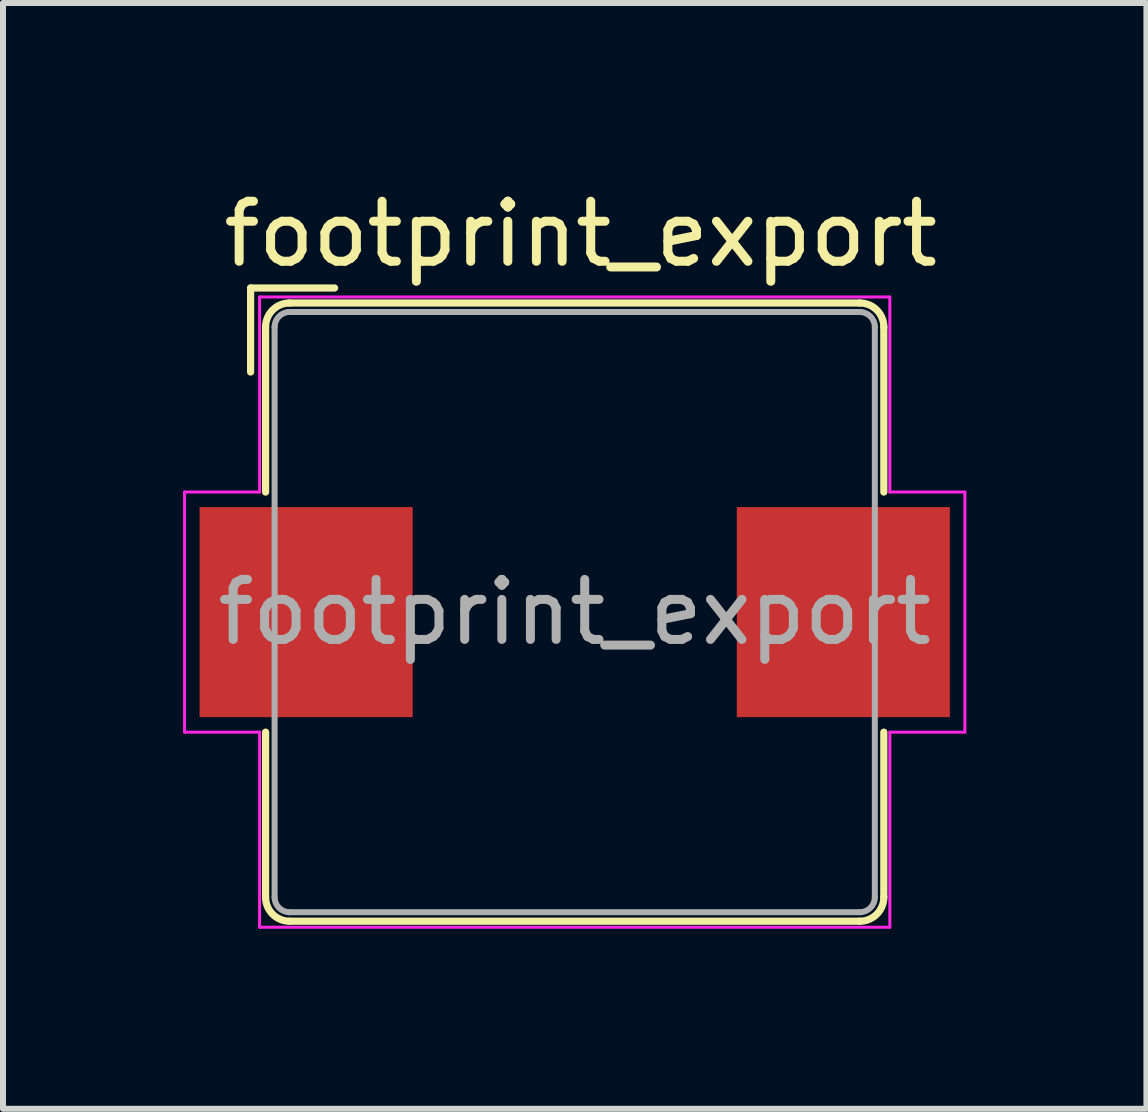
<source format=kicad_pcb>
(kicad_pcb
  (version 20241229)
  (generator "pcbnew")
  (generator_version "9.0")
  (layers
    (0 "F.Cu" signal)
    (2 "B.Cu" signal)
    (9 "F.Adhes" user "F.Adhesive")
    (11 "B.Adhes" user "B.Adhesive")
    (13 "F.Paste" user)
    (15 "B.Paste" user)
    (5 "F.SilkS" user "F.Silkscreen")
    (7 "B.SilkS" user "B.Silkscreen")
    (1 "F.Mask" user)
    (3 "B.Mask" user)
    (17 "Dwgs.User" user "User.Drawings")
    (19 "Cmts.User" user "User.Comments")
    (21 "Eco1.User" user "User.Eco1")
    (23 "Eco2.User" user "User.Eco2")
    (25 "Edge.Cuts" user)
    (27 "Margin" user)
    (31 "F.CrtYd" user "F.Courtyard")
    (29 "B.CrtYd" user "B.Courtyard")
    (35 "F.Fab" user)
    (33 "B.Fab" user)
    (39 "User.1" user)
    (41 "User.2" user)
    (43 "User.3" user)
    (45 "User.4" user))
  (footprint "footprint_export"
    (layer "F.Cu")
    (at 6.525 7.148)
    (property "Reference" "footprint_export" (at 0.1 -6.3 0) (layer "F.SilkS") (effects (font (size 1 1) (thickness 0.15))))
    (attr smd)
    (fp_line (start -5.4 -5.4) (end -5.4 -4) (stroke (width 0.12) (type solid)) (layer "F.SilkS"))
    (fp_line (start -5.4 -5.4) (end -4 -5.4) (stroke (width 0.12) (type solid)) (layer "F.SilkS"))
    (fp_line (start -5.15 -4.75) (end -5.15 -2) (stroke (width 0.12) (type solid)) (layer "F.SilkS"))
    (fp_line (start -5.15 2) (end -5.15 4.75) (stroke (width 0.12) (type solid)) (layer "F.SilkS"))
    (fp_line (start -4.75 -5.15) (end 4.75 -5.15) (stroke (width 0.12) (type solid)) (layer "F.SilkS"))
    (fp_line (start 4.75 5.15) (end -4.75 5.15) (stroke (width 0.12) (type solid)) (layer "F.SilkS"))
    (fp_line (start 5.15 -4.75) (end 5.15 -2) (stroke (width 0.12) (type solid)) (layer "F.SilkS"))
    (fp_line (start 5.15 2) (end 5.15 4.75) (stroke (width 0.12) (type solid)) (layer "F.SilkS"))
    (fp_arc (start -5.15 -4.75) (mid -5.032843 -5.032843) (end -4.75 -5.15) (stroke (width 0.12) (type solid)) (layer "F.SilkS"))
    (fp_arc (start -4.75 5.15) (mid -5.032843 5.032843) (end -5.15 4.75) (stroke (width 0.12) (type solid)) (layer "F.SilkS"))
    (fp_arc (start 4.75 -5.15) (mid 5.032843 -5.032843) (end 5.15 -4.75) (stroke (width 0.12) (type solid)) (layer "F.SilkS"))
    (fp_arc (start 5.15 4.75) (mid 5.032843 5.032843) (end 4.75 5.15) (stroke (width 0.12) (type solid)) (layer "F.SilkS"))
    (fp_line (start -6.5 -2) (end -6.5 2) (stroke (width 0.05) (type solid)) (layer "F.CrtYd"))
    (fp_line (start -6.5 -2) (end -5.25 -2) (stroke (width 0.05) (type solid)) (layer "F.CrtYd"))
    (fp_line (start -5.25 -5.25) (end -5.25 -2) (stroke (width 0.05) (type solid)) (layer "F.CrtYd"))
    (fp_line (start -5.25 -5.25) (end 5.25 -5.25) (stroke (width 0.05) (type solid)) (layer "F.CrtYd"))
    (fp_line (start -5.25 2) (end -6.5 2) (stroke (width 0.05) (type solid)) (layer "F.CrtYd"))
    (fp_line (start -5.25 5.25) (end -5.25 2) (stroke (width 0.05) (type solid)) (layer "F.CrtYd"))
    (fp_line (start 5.25 -5.25) (end 5.25 -2) (stroke (width 0.05) (type solid)) (layer "F.CrtYd"))
    (fp_line (start 5.25 2) (end 5.25 5.25) (stroke (width 0.05) (type solid)) (layer "F.CrtYd"))
    (fp_line (start 5.25 5.25) (end -5.25 5.25) (stroke (width 0.05) (type solid)) (layer "F.CrtYd"))
    (fp_line (start 6.5 -2) (end 5.25 -2) (stroke (width 0.05) (type solid)) (layer "F.CrtYd"))
    (fp_line (start 6.5 -2) (end 6.5 2) (stroke (width 0.05) (type solid)) (layer "F.CrtYd"))
    (fp_line (start 6.5 2) (end 5.25 2) (stroke (width 0.05) (type solid)) (layer "F.CrtYd"))
    (fp_line (start -5 -4.75) (end -5 4.75) (stroke (width 0.1) (type solid)) (layer "F.Fab"))
    (fp_line (start -4.75 -5) (end 4.75 -5) (stroke (width 0.1) (type solid)) (layer "F.Fab"))
    (fp_line (start 4.75 5) (end -4.75 5) (stroke (width 0.1) (type solid)) (layer "F.Fab"))
    (fp_line (start 5 -4.75) (end 5 4.75) (stroke (width 0.1) (type solid)) (layer "F.Fab"))
    (fp_arc (start -5 -4.75) (mid -4.926777 -4.926777) (end -4.75 -5) (stroke (width 0.1) (type solid)) (layer "F.Fab"))
    (fp_arc (start -4.75 5) (mid -4.926777 4.926777) (end -5 4.75) (stroke (width 0.1) (type solid)) (layer "F.Fab"))
    (fp_arc (start 4.75 -5) (mid 4.926777 -4.926777) (end 5 -4.75) (stroke (width 0.1) (type solid)) (layer "F.Fab"))
    (fp_arc (start 5 4.75) (mid 4.926777 4.926777) (end 4.75 5) (stroke (width 0.1) (type solid)) (layer "F.Fab"))
    (fp_text user "${REFERENCE}" (at 0 0 0) (layer "F.Fab") (effects (font (size 1 1) (thickness 0.15))))
    (pad "1" smd rect (at -4.475 0) (size 3.55 3.5) (layers "F.Cu" "F.Mask" "F.Paste"))
    (pad "2" smd rect (at 4.475 0) (size 3.55 3.5) (layers "F.Cu" "F.Mask" "F.Paste")))
  (gr_rect
    (start -3 -3)
    (end 16.05 15.423)
    (stroke (width 0.1) (type default))
    (fill no)
    (layer "Edge.Cuts")))
</source>
